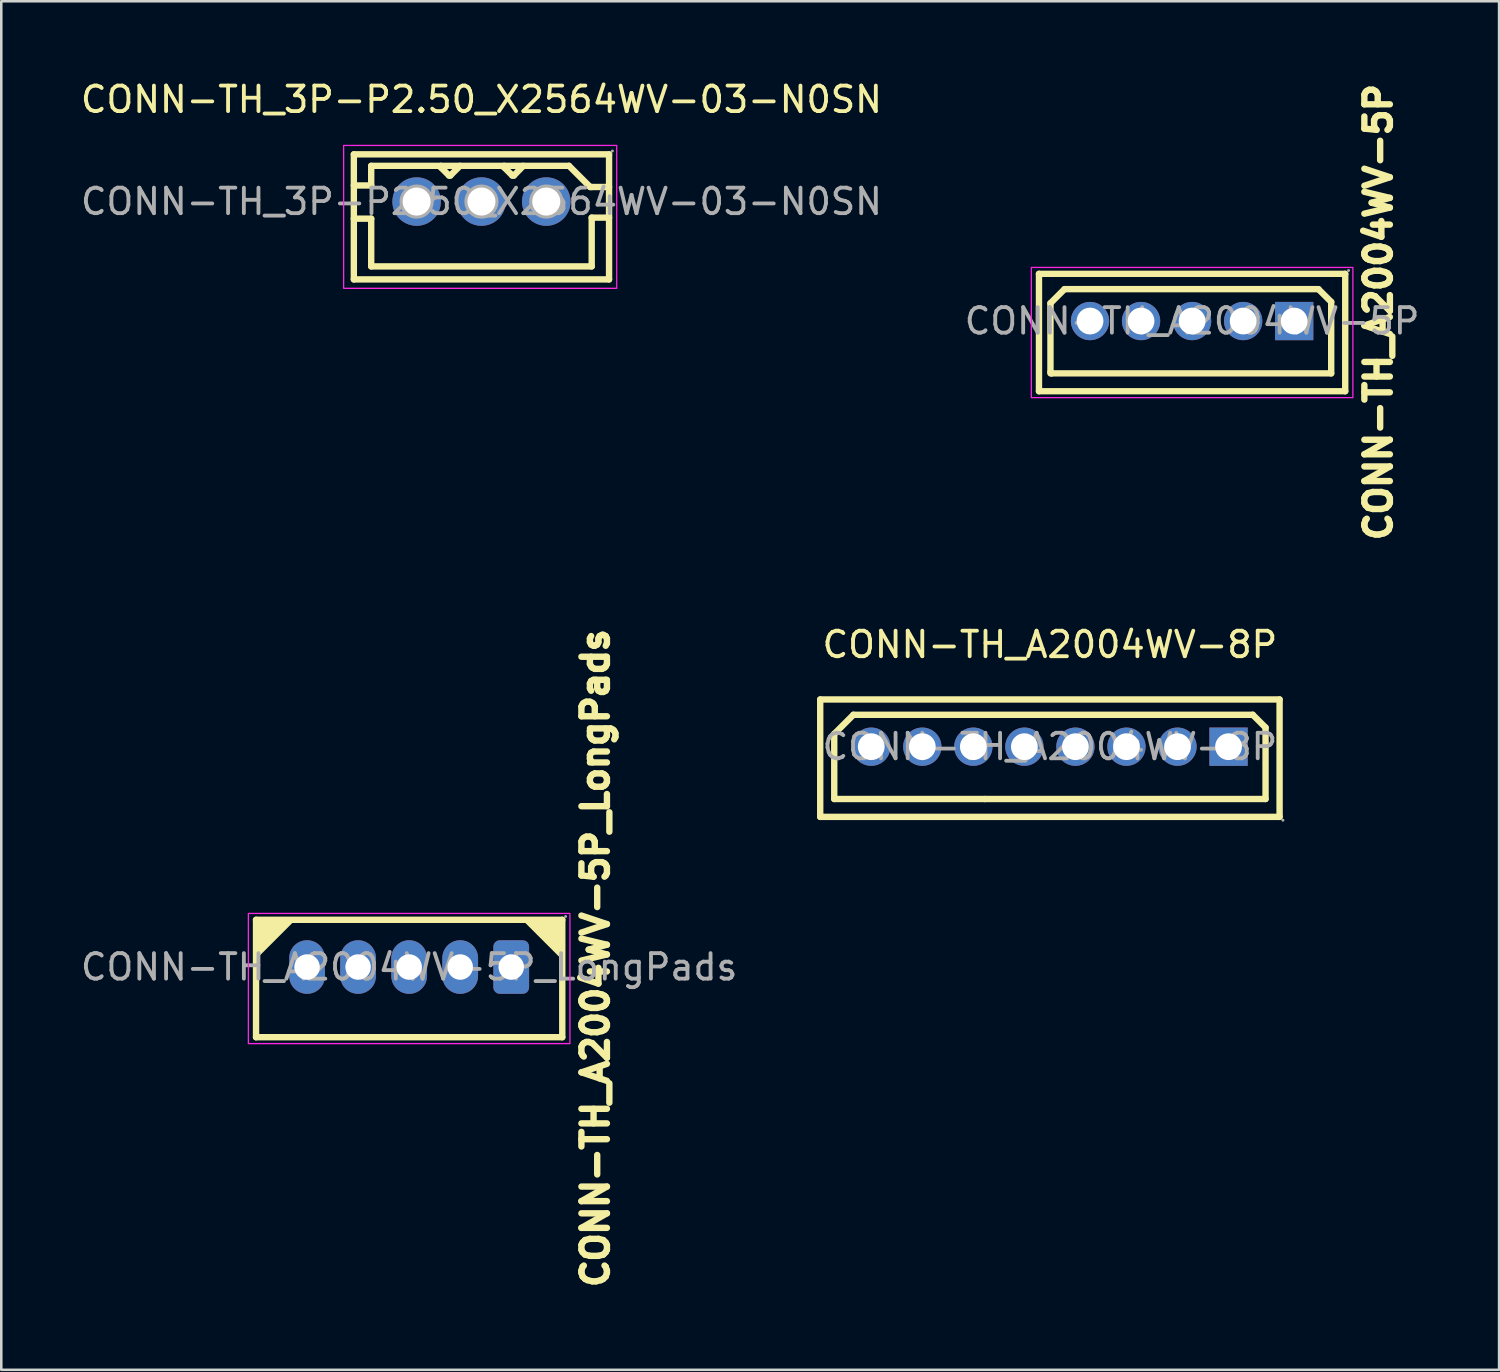
<source format=kicad_pcb>
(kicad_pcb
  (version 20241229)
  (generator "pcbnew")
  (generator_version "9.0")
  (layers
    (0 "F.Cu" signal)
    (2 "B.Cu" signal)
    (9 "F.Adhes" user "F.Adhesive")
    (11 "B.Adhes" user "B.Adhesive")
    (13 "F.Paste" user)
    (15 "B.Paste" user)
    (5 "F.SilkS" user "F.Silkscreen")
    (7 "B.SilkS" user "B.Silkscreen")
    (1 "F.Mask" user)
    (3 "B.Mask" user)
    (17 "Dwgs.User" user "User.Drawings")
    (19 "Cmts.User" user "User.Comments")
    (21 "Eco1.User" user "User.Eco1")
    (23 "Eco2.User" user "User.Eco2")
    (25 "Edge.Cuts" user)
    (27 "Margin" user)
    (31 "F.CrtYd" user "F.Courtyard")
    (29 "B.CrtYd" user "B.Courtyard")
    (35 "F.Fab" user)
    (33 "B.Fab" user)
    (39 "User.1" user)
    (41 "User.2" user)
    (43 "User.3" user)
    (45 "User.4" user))
  (footprint "CONN-TH_A2004WV-5P_LongPads"
    (layer "F.Cu")
    (at 12.982 34.842)
    (property "Reference" "CONN-TH_A2004WV-5P_LongPads" (at 7.3 -0.35 90) (layer "F.SilkS") (effects (font (size 1 1) (thickness 0.25) (bold yes))))
    (attr through_hole)
    (fp_line (start -6 2.75) (end -6 -1.85) (stroke (width 0.25) (type solid)) (layer "F.SilkS"))
    (fp_line (start 6 -1.85) (end -6 -1.85) (stroke (width 0.25) (type solid)) (layer "F.SilkS"))
    (fp_line (start 6 -1.85) (end 6 2.75) (stroke (width 0.25) (type solid)) (layer "F.SilkS"))
    (fp_line (start 6 2.75) (end -6 2.75) (stroke (width 0.25) (type solid)) (layer "F.SilkS"))
    (fp_poly (pts (xy -6.025 -1.85) (xy -4.525 -1.85) (xy -6.025 -0.35)) (stroke (width 0.1) (type solid)) (fill yes) (layer "F.SilkS"))
    (fp_poly (pts (xy 4.5 -1.85) (xy 6 -1.85) (xy 6 -0.35)) (stroke (width 0.1) (type solid)) (fill yes) (layer "F.SilkS"))
    (fp_rect (start -6.3 -2.1) (end 6.3 3) (stroke (width 0.05) (type default)) (fill no) (layer "F.CrtYd"))
    (fp_circle (center -4 0) (end -3.79 0) (stroke (width 0.42) (type solid)) (fill no) (layer "F.Fab"))
    (fp_circle (center -2 0) (end -1.79 0) (stroke (width 0.42) (type solid)) (fill no) (layer "F.Fab"))
    (fp_circle (center 0 0) (end 0.21 0) (stroke (width 0.42) (type solid)) (fill no) (layer "F.Fab"))
    (fp_circle (center 2 0) (end 2.21 0) (stroke (width 0.42) (type solid)) (fill no) (layer "F.Fab"))
    (fp_circle (center 4 0) (end 4.21 0) (stroke (width 0.42) (type solid)) (fill no) (layer "F.Fab"))
    (fp_circle (center 6.13 -1.98) (end 6.16 -1.98) (stroke (width 0.06) (type solid)) (fill no) (layer "F.Fab"))
    (fp_text user "${REFERENCE}" (at 0 0 180) (layer "F.Fab") (effects (font (size 1 1) (thickness 0.15))))
    (pad "1" thru_hole roundrect (at 4 0) (size 1.4 2.1) (drill 1) (layers "*.Cu" "*.Mask") (roundrect_rratio 0.179))
    (pad "2" thru_hole oval (at 2 0) (size 1.4 2.1) (drill 1) (layers "*.Cu" "*.Mask"))
    (pad "3" thru_hole oval (at 0 0) (size 1.4 2.1) (drill 1) (layers "*.Cu" "*.Mask"))
    (pad "4" thru_hole oval (at -2 0) (size 1.4 2.1) (drill 1) (layers "*.Cu" "*.Mask"))
    (pad "5" thru_hole oval (at -4 0) (size 1.4 2.1) (drill 1) (layers "*.Cu" "*.Mask")))
  (footprint "CONN-TH_A2004WV-8P"
    (layer "F.Cu")
    (at 38.089 26.208)
    (property "Reference" "CONN-TH_A2004WV-8P" (at 0 -4 0) (layer "F.SilkS") (effects (font (size 1 1) (thickness 0.15))))
    (attr smd)
    (fp_line (start -9 2.75) (end -9 -1.85) (stroke (width 0.25) (type solid)) (layer "F.SilkS"))
    (fp_line (start -8.45 -0.5) (end -7.7 -1.25) (stroke (width 0.25) (type solid)) (layer "F.SilkS"))
    (fp_line (start -8.45 2.05) (end -8.45 -0.5) (stroke (width 0.25) (type solid)) (layer "F.SilkS"))
    (fp_line (start -7.7 -1.25) (end 7.95 -1.25) (stroke (width 0.25) (type solid)) (layer "F.SilkS"))
    (fp_line (start -2.55 2.05) (end -8.45 2.05) (stroke (width 0.25) (type solid)) (layer "F.SilkS"))
    (fp_line (start 7.95 -1.25) (end 8.45 -0.75) (stroke (width 0.25) (type solid)) (layer "F.SilkS"))
    (fp_line (start 8.45 -0.75) (end 8.45 2.05) (stroke (width 0.25) (type solid)) (layer "F.SilkS"))
    (fp_line (start 8.45 2.05) (end -2.55 2.05) (stroke (width 0.25) (type solid)) (layer "F.SilkS"))
    (fp_line (start 9 -1.85) (end -9 -1.85) (stroke (width 0.25) (type solid)) (layer "F.SilkS"))
    (fp_line (start 9 -1.85) (end 9 2.75) (stroke (width 0.25) (type solid)) (layer "F.SilkS"))
    (fp_line (start 9 2.75) (end -9 2.75) (stroke (width 0.25) (type solid)) (layer "F.SilkS"))
    (fp_circle (center -7 0) (end -6.79 0) (stroke (width 0.42) (type solid)) (fill no) (layer "F.Fab"))
    (fp_circle (center -5 0) (end -4.79 0) (stroke (width 0.42) (type solid)) (fill no) (layer "F.Fab"))
    (fp_circle (center -3 0) (end -2.79 0) (stroke (width 0.42) (type solid)) (fill no) (layer "F.Fab"))
    (fp_circle (center -1 0) (end -0.79 0) (stroke (width 0.42) (type solid)) (fill no) (layer "F.Fab"))
    (fp_circle (center 1 0) (end 1.21 0) (stroke (width 0.42) (type solid)) (fill no) (layer "F.Fab"))
    (fp_circle (center 3 0) (end 3.21 0) (stroke (width 0.42) (type solid)) (fill no) (layer "F.Fab"))
    (fp_circle (center 5 0) (end 5.21 0) (stroke (width 0.42) (type solid)) (fill no) (layer "F.Fab"))
    (fp_circle (center 7 0) (end 7.21 0) (stroke (width 0.42) (type solid)) (fill no) (layer "F.Fab"))
    (fp_circle (center 9.13 2.88) (end 9.16 2.88) (stroke (width 0.06) (type solid)) (fill no) (layer "F.Fab"))
    (fp_text user "${REFERENCE}" (at 0 0 0) (layer "F.Fab") (effects (font (size 1 1) (thickness 0.15))))
    (pad "1" thru_hole rect (at 7 0) (size 1.5 1.5) (drill 1.05) (layers "*.Cu" "*.Paste" "*.Mask"))
    (pad "2" thru_hole circle (at 5 0) (size 1.5 1.5) (drill 1.05) (layers "*.Cu" "*.Paste" "*.Mask"))
    (pad "3" thru_hole circle (at 3 0) (size 1.5 1.5) (drill 1.05) (layers "*.Cu" "*.Paste" "*.Mask"))
    (pad "4" thru_hole circle (at 1 0) (size 1.5 1.5) (drill 1.05) (layers "*.Cu" "*.Paste" "*.Mask"))
    (pad "5" thru_hole circle (at -1 0) (size 1.5 1.5) (drill 1.05) (layers "*.Cu" "*.Paste" "*.Mask"))
    (pad "6" thru_hole circle (at -3 0) (size 1.5 1.5) (drill 1.05) (layers "*.Cu" "*.Paste" "*.Mask"))
    (pad "7" thru_hole circle (at -5 0) (size 1.5 1.5) (drill 1.05) (layers "*.Cu" "*.Paste" "*.Mask"))
    (pad "8" thru_hole circle (at -7 0) (size 1.5 1.5) (drill 1.05) (layers "*.Cu" "*.Paste" "*.Mask")))
  (footprint "CONN-TH_A2004WV-5P"
    (layer "F.Cu")
    (at 43.661 9.53)
    (property "Reference" "CONN-TH_A2004WV-5P" (at 7.3 -0.35 90) (layer "F.SilkS") (effects (font (size 1 1) (thickness 0.25) (bold yes))))
    (attr through_hole)
    (fp_line (start -6 2.75) (end -6 -1.85) (stroke (width 0.25) (type solid)) (layer "F.SilkS"))
    (fp_line (start -5.55 -0.7) (end -5 -1.25) (stroke (width 0.25) (type solid)) (layer "F.SilkS"))
    (fp_line (start -5.55 2.05) (end -5.55 -0.7) (stroke (width 0.25) (type solid)) (layer "F.SilkS"))
    (fp_line (start -5.5 2.05) (end -5.55 2) (stroke (width 0.25) (type solid)) (layer "F.SilkS"))
    (fp_line (start -5 -1.25) (end 4.95 -1.25) (stroke (width 0.25) (type solid)) (layer "F.SilkS"))
    (fp_line (start 4.95 -1.25) (end 5.45 -0.75) (stroke (width 0.25) (type solid)) (layer "F.SilkS"))
    (fp_line (start 5.45 -0.75) (end 5.45 2.05) (stroke (width 0.25) (type solid)) (layer "F.SilkS"))
    (fp_line (start 5.45 2.05) (end -5.5 2.05) (stroke (width 0.25) (type solid)) (layer "F.SilkS"))
    (fp_line (start 6 -1.85) (end -6 -1.85) (stroke (width 0.25) (type solid)) (layer "F.SilkS"))
    (fp_line (start 6 -1.85) (end 6 2.75) (stroke (width 0.25) (type solid)) (layer "F.SilkS"))
    (fp_line (start 6 2.75) (end -6 2.75) (stroke (width 0.25) (type solid)) (layer "F.SilkS"))
    (fp_rect (start -6.3 -2.1) (end 6.3 3) (stroke (width 0.05) (type default)) (fill no) (layer "F.CrtYd"))
    (fp_circle (center -4 0) (end -3.79 0) (stroke (width 0.42) (type solid)) (fill no) (layer "F.Fab"))
    (fp_circle (center -2 0) (end -1.79 0) (stroke (width 0.42) (type solid)) (fill no) (layer "F.Fab"))
    (fp_circle (center 0 0) (end 0.21 0) (stroke (width 0.42) (type solid)) (fill no) (layer "F.Fab"))
    (fp_circle (center 2 0) (end 2.21 0) (stroke (width 0.42) (type solid)) (fill no) (layer "F.Fab"))
    (fp_circle (center 4 0) (end 4.21 0) (stroke (width 0.42) (type solid)) (fill no) (layer "F.Fab"))
    (fp_circle (center 6.13 -1.98) (end 6.16 -1.98) (stroke (width 0.06) (type solid)) (fill no) (layer "F.Fab"))
    (fp_text user "${REFERENCE}" (at 0 0 180) (layer "F.Fab") (effects (font (size 1 1) (thickness 0.15))))
    (pad "1" thru_hole rect (at 4 0) (size 1.5 1.5) (drill 1.05) (layers "*.Cu" "*.Paste" "*.Mask"))
    (pad "2" thru_hole circle (at 2 0) (size 1.5 1.5) (drill 1.05) (layers "*.Cu" "*.Paste" "*.Mask"))
    (pad "3" thru_hole circle (at 0 0) (size 1.5 1.5) (drill 1.05) (layers "*.Cu" "*.Paste" "*.Mask"))
    (pad "4" thru_hole circle (at -2 0) (size 1.5 1.5) (drill 1.05) (layers "*.Cu" "*.Paste" "*.Mask"))
    (pad "5" thru_hole circle (at -4 0) (size 1.5 1.5) (drill 1.05) (layers "*.Cu" "*.Paste" "*.Mask")))
  (footprint "CONN-TH_3P-P2.50_X2564WV-03-N0SN"
    (layer "F.Cu")
    (at 15.815 4.848)
    (property "Reference" "CONN-TH_3P-P2.50_X2564WV-03-N0SN" (at 0 -4 0) (layer "F.SilkS") (effects (font (size 1 1) (thickness 0.15))))
    (attr smd)
    (fp_line (start -5 -1.85) (end 5 -1.85) (stroke (width 0.25) (type solid)) (layer "F.SilkS"))
    (fp_line (start -5 0.67) (end -4.32 0.67) (stroke (width 0.25) (type solid)) (layer "F.SilkS"))
    (fp_line (start -5 3.05) (end -5 -1.85) (stroke (width 0.25) (type solid)) (layer "F.SilkS"))
    (fp_line (start -5 3.05) (end 5 3.05) (stroke (width 0.25) (type solid)) (layer "F.SilkS"))
    (fp_line (start -4.32 -1.4) (end -4.32 -0.63) (stroke (width 0.25) (type solid)) (layer "F.SilkS"))
    (fp_line (start -4.32 -0.63) (end -5 -0.63) (stroke (width 0.25) (type solid)) (layer "F.SilkS"))
    (fp_line (start -4.32 0.67) (end -4.32 2.54) (stroke (width 0.25) (type solid)) (layer "F.SilkS"))
    (fp_line (start -4.32 2.54) (end 4.32 2.54) (stroke (width 0.25) (type solid)) (layer "F.SilkS"))
    (fp_line (start -1.59 -1.4) (end -1.59 -1.34) (stroke (width 0.25) (type solid)) (layer "F.SilkS"))
    (fp_line (start -1.59 -1.34) (end -1.27 -1.02) (stroke (width 0.25) (type solid)) (layer "F.SilkS"))
    (fp_line (start -1.27 -1.02) (end -1.22 -1.02) (stroke (width 0.25) (type solid)) (layer "F.SilkS"))
    (fp_line (start -1.22 -1.02) (end -0.84 -1.4) (stroke (width 0.25) (type solid)) (layer "F.SilkS"))
    (fp_line (start 0.89 -1.4) (end 0.89 -1.34) (stroke (width 0.25) (type solid)) (layer "F.SilkS"))
    (fp_line (start 0.89 -1.34) (end 1.21 -1.02) (stroke (width 0.25) (type solid)) (layer "F.SilkS"))
    (fp_line (start 1.21 -1.02) (end 1.27 -1.02) (stroke (width 0.25) (type solid)) (layer "F.SilkS"))
    (fp_line (start 1.27 -1.02) (end 1.64 -1.4) (stroke (width 0.25) (type solid)) (layer "F.SilkS"))
    (fp_line (start 3.43 -1.4) (end -4.32 -1.4) (stroke (width 0.25) (type solid)) (layer "F.SilkS"))
    (fp_line (start 4.26 -0.57) (end 3.43 -1.4) (stroke (width 0.25) (type solid)) (layer "F.SilkS"))
    (fp_line (start 4.32 -0.57) (end 4.26 -0.57) (stroke (width 0.25) (type solid)) (layer "F.SilkS"))
    (fp_line (start 4.32 0.63) (end 5 0.63) (stroke (width 0.25) (type solid)) (layer "F.SilkS"))
    (fp_line (start 4.32 2.54) (end 4.32 0.63) (stroke (width 0.25) (type solid)) (layer "F.SilkS"))
    (fp_line (start 5 -0.57) (end 4.32 -0.57) (stroke (width 0.25) (type solid)) (layer "F.SilkS"))
    (fp_line (start 5 3.05) (end 5 -1.85) (stroke (width 0.25) (type solid)) (layer "F.SilkS"))
    (fp_rect (start -5.4 -2.2) (end 5.3 3.4) (stroke (width 0.05) (type default)) (fill no) (layer "F.CrtYd"))
    (fp_circle (center -2.54 0) (end -2.32 0) (stroke (width 0.45) (type solid)) (fill no) (layer "F.Fab"))
    (fp_circle (center 0 0) (end 0.22 0) (stroke (width 0.45) (type solid)) (fill no) (layer "F.Fab"))
    (fp_circle (center 2.54 0) (end 2.76 0) (stroke (width 0.45) (type solid)) (fill no) (layer "F.Fab"))
    (fp_circle (center 5.13 -1.98) (end 5.16 -1.98) (stroke (width 0.06) (type solid)) (fill no) (layer "F.Fab"))
    (fp_text user "${REFERENCE}" (at 0 0 0) (layer "F.Fab") (effects (font (size 1 1) (thickness 0.15))))
    (pad "1" thru_hole circle (at 2.54 0) (size 1.9 1.9) (drill 1.1) (layers "*.Cu" "*.Paste" "*.Mask"))
    (pad "2" thru_hole circle (at 0 0) (size 1.9 1.9) (drill 1.1) (layers "*.Cu" "*.Paste" "*.Mask"))
    (pad "3" thru_hole circle (at -2.54 0) (size 1.9 1.9) (drill 1.1) (layers "*.Cu" "*.Paste" "*.Mask")))
  (gr_rect
    (start -3 -3)
    (end 55.69 50.624)
    (stroke (width 0.1) (type default))
    (fill no)
    (layer "Edge.Cuts")))
</source>
